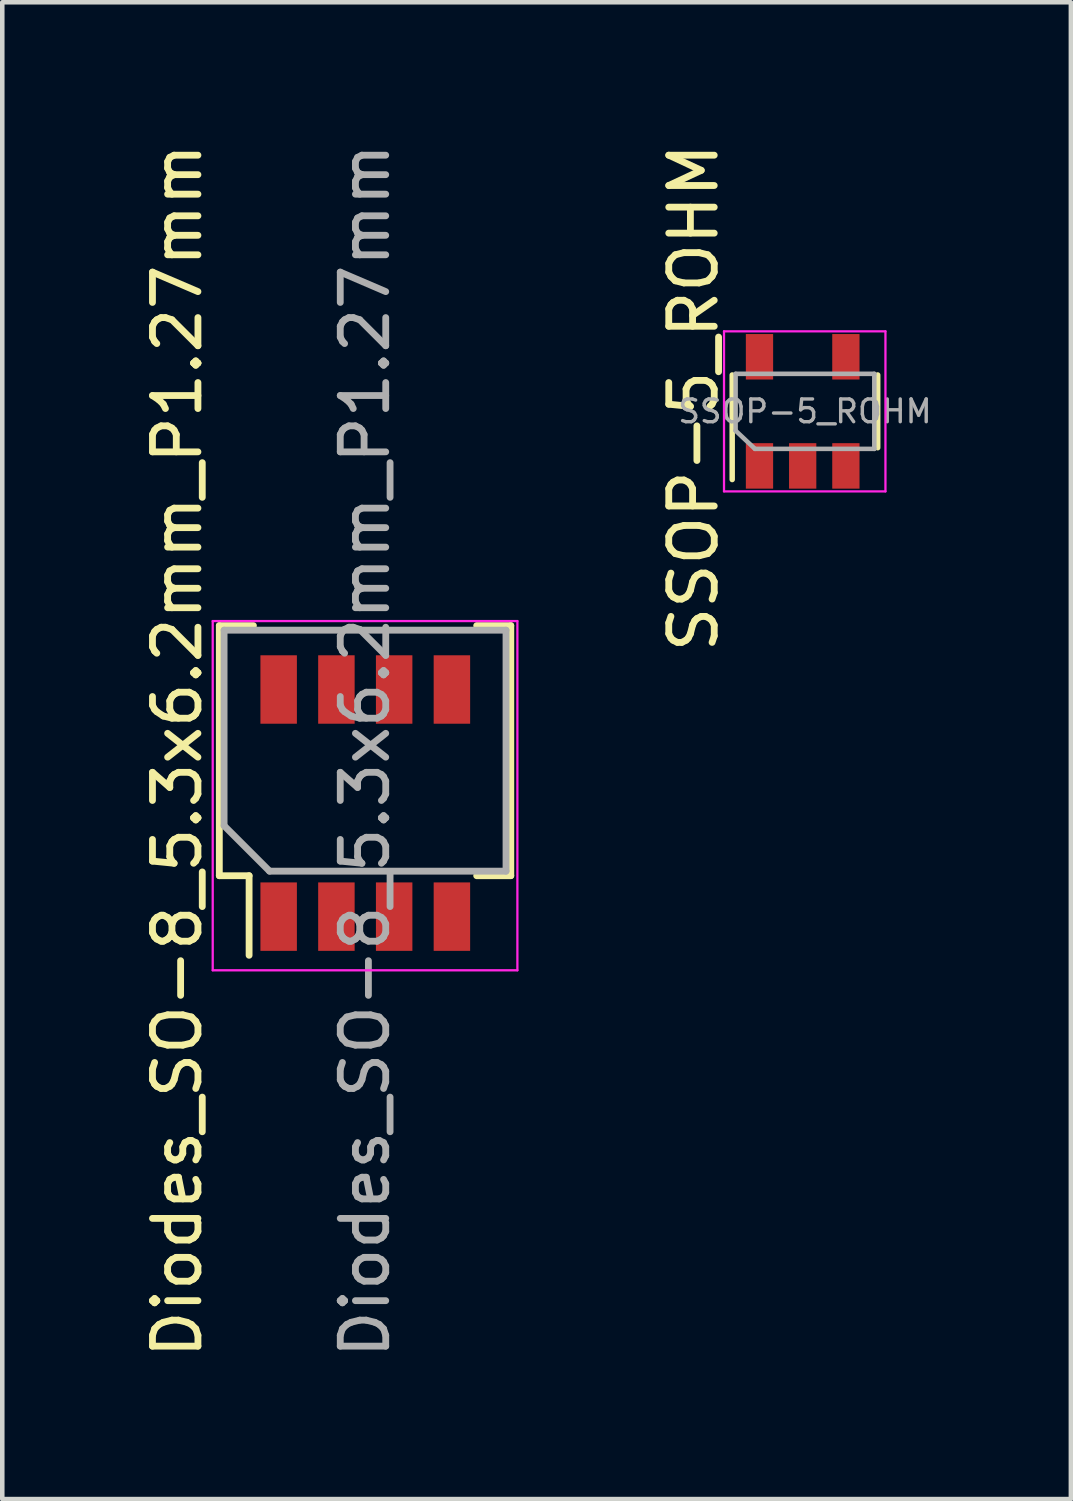
<source format=kicad_pcb>
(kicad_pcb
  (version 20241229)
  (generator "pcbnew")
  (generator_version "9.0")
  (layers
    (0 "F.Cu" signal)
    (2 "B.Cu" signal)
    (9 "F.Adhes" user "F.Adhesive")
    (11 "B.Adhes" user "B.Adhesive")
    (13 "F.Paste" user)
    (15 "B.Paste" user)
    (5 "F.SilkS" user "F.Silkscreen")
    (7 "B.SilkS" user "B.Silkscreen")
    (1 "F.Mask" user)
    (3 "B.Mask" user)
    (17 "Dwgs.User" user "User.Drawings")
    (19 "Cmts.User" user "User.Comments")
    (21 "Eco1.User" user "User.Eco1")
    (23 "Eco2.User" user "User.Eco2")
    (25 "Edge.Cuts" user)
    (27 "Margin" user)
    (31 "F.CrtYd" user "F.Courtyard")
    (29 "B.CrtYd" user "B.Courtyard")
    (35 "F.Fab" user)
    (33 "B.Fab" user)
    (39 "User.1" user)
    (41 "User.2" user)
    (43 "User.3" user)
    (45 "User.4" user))
  (footprint "SSOP-5_ROHM"
    (layer "F.Cu")
    (at 13.652 7.196)
    (property "Reference" "SSOP-5_ROHM" (at -1.45 -1.5 90) (layer "F.SilkS") (effects (font (size 1 1) (thickness 0.15))))
    (attr smd)
    (fp_line (start -0.6 -2) (end -0.6 0.3) (stroke (width 0.12) (type solid)) (layer "F.SilkS"))
    (fp_line (start 2.6 -0.4) (end 2.6 -2) (stroke (width 0.12) (type solid)) (layer "F.SilkS"))
    (fp_line (start -0.78 0.56) (end -0.78 -2.96) (stroke (width 0.05) (type solid)) (layer "F.CrtYd"))
    (fp_line (start -0.78 0.56) (end 2.77 0.56) (stroke (width 0.05) (type solid)) (layer "F.CrtYd"))
    (fp_line (start 2.77 -2.96) (end -0.78 -2.96) (stroke (width 0.05) (type solid)) (layer "F.CrtYd"))
    (fp_line (start 2.77 -2.96) (end 2.77 0.56) (stroke (width 0.05) (type solid)) (layer "F.CrtYd"))
    (fp_line (start -0.525 -2.025) (end -0.525 -0.775) (stroke (width 0.1) (type solid)) (layer "F.Fab"))
    (fp_line (start -0.525 -2.025) (end 2.525 -2.025) (stroke (width 0.1) (type solid)) (layer "F.Fab"))
    (fp_line (start -0.1 -0.375) (end -0.525 -0.775) (stroke (width 0.1) (type solid)) (layer "F.Fab"))
    (fp_line (start -0.1 -0.375) (end 2.525 -0.375) (stroke (width 0.1) (type solid)) (layer "F.Fab"))
    (fp_line (start 2.525 -2.025) (end 2.525 -0.375) (stroke (width 0.1) (type solid)) (layer "F.Fab"))
    (fp_text user "${REFERENCE}" (at 1 -1.2 180) (layer "F.Fab") (effects (font (size 0.5 0.5) (thickness 0.075))))
    (pad "1" smd rect (at 0 0 90) (size 1 0.6) (layers "F.Cu" "F.Mask" "F.Paste"))
    (pad "2" smd rect (at 0.95 0 90) (size 1 0.6) (layers "F.Cu" "F.Mask" "F.Paste"))
    (pad "3" smd rect (at 1.9 0 90) (size 1 0.6) (layers "F.Cu" "F.Mask" "F.Paste"))
    (pad "4" smd rect (at 1.9 -2.4 90) (size 1 0.6) (layers "F.Cu" "F.Mask" "F.Paste"))
    (pad "5" smd rect (at 0 -2.4 90) (size 1 0.6) (layers "F.Cu" "F.Mask" "F.Paste")))
  (footprint "Diodes_SO-8_5.3x6.2mm_P1.27mm"
    (layer "F.Cu")
    (at 3.078 17.108)
    (property "Reference" "Diodes_SO-8_5.3x6.2mm_P1.27mm" (at -2.23 -3.65 90) (layer "F.SilkS") (effects (font (size 1 1) (thickness 0.15))))
    (attr smd)
    (fp_line (start -1.305 -6.4) (end -0.555 -6.4) (stroke (width 0.15) (type solid)) (layer "F.SilkS"))
    (fp_line (start -1.305 -0.9) (end -1.305 -6.4) (stroke (width 0.15) (type solid)) (layer "F.SilkS"))
    (fp_line (start -1.305 -0.9) (end -0.65 -0.9) (stroke (width 0.15) (type solid)) (layer "F.SilkS"))
    (fp_line (start -0.65 -0.9) (end -0.65 0.85) (stroke (width 0.15) (type solid)) (layer "F.SilkS"))
    (fp_line (start 5.105 -6.4) (end 4.355 -6.4) (stroke (width 0.15) (type solid)) (layer "F.SilkS"))
    (fp_line (start 5.105 -0.9) (end 4.355 -0.9) (stroke (width 0.15) (type solid)) (layer "F.SilkS"))
    (fp_line (start 5.105 -0.9) (end 5.105 -6.4) (stroke (width 0.15) (type solid)) (layer "F.SilkS"))
    (fp_line (start -1.45 -6.5) (end 5.25 -6.5) (stroke (width 0.05) (type solid)) (layer "F.CrtYd"))
    (fp_line (start -1.45 1.18) (end -1.45 -6.5) (stroke (width 0.05) (type solid)) (layer "F.CrtYd"))
    (fp_line (start -1.45 1.18) (end 5.25 1.18) (stroke (width 0.05) (type solid)) (layer "F.CrtYd"))
    (fp_line (start 5.25 1.18) (end 5.25 -6.5) (stroke (width 0.05) (type solid)) (layer "F.CrtYd"))
    (fp_line (start -1.2 -6.3) (end 5 -6.3) (stroke (width 0.15) (type solid)) (layer "F.Fab"))
    (fp_line (start -1.2 -2) (end -1.2 -6.3) (stroke (width 0.15) (type solid)) (layer "F.Fab"))
    (fp_line (start -0.2 -1) (end -1.2 -2) (stroke (width 0.15) (type solid)) (layer "F.Fab"))
    (fp_line (start 5 -6.3) (end 5 -1) (stroke (width 0.15) (type solid)) (layer "F.Fab"))
    (fp_line (start 5 -1) (end -0.2 -1) (stroke (width 0.15) (type solid)) (layer "F.Fab"))
    (fp_text user "${REFERENCE}" (at 1.9 -3.65 90) (layer "F.Fab") (effects (font (size 1 1) (thickness 0.15))))
    (pad "1" smd rect (at 0 0 90) (size 1.505 0.802) (layers "F.Cu" "F.Mask" "F.Paste"))
    (pad "2" smd rect (at 1.27 0 90) (size 1.505 0.802) (layers "F.Cu" "F.Mask" "F.Paste"))
    (pad "3" smd rect (at 2.54 0 90) (size 1.505 0.802) (layers "F.Cu" "F.Mask" "F.Paste"))
    (pad "4" smd rect (at 3.81 0 90) (size 1.505 0.802) (layers "F.Cu" "F.Mask" "F.Paste"))
    (pad "5" smd rect (at 3.81 -4.995 90) (size 1.505 0.802) (layers "F.Cu" "F.Mask" "F.Paste"))
    (pad "6" smd rect (at 2.54 -4.995 90) (size 1.505 0.802) (layers "F.Cu" "F.Mask" "F.Paste"))
    (pad "7" smd rect (at 1.27 -4.995 90) (size 1.505 0.802) (layers "F.Cu" "F.Mask" "F.Paste"))
    (pad "8" smd rect (at 0 -4.995 90) (size 1.505 0.802) (layers "F.Cu" "F.Mask" "F.Paste")))
  (gr_rect
    (start -3 -3)
    (end 20.5 29.917)
    (stroke (width 0.1) (type default))
    (fill no)
    (layer "Edge.Cuts")))
</source>
